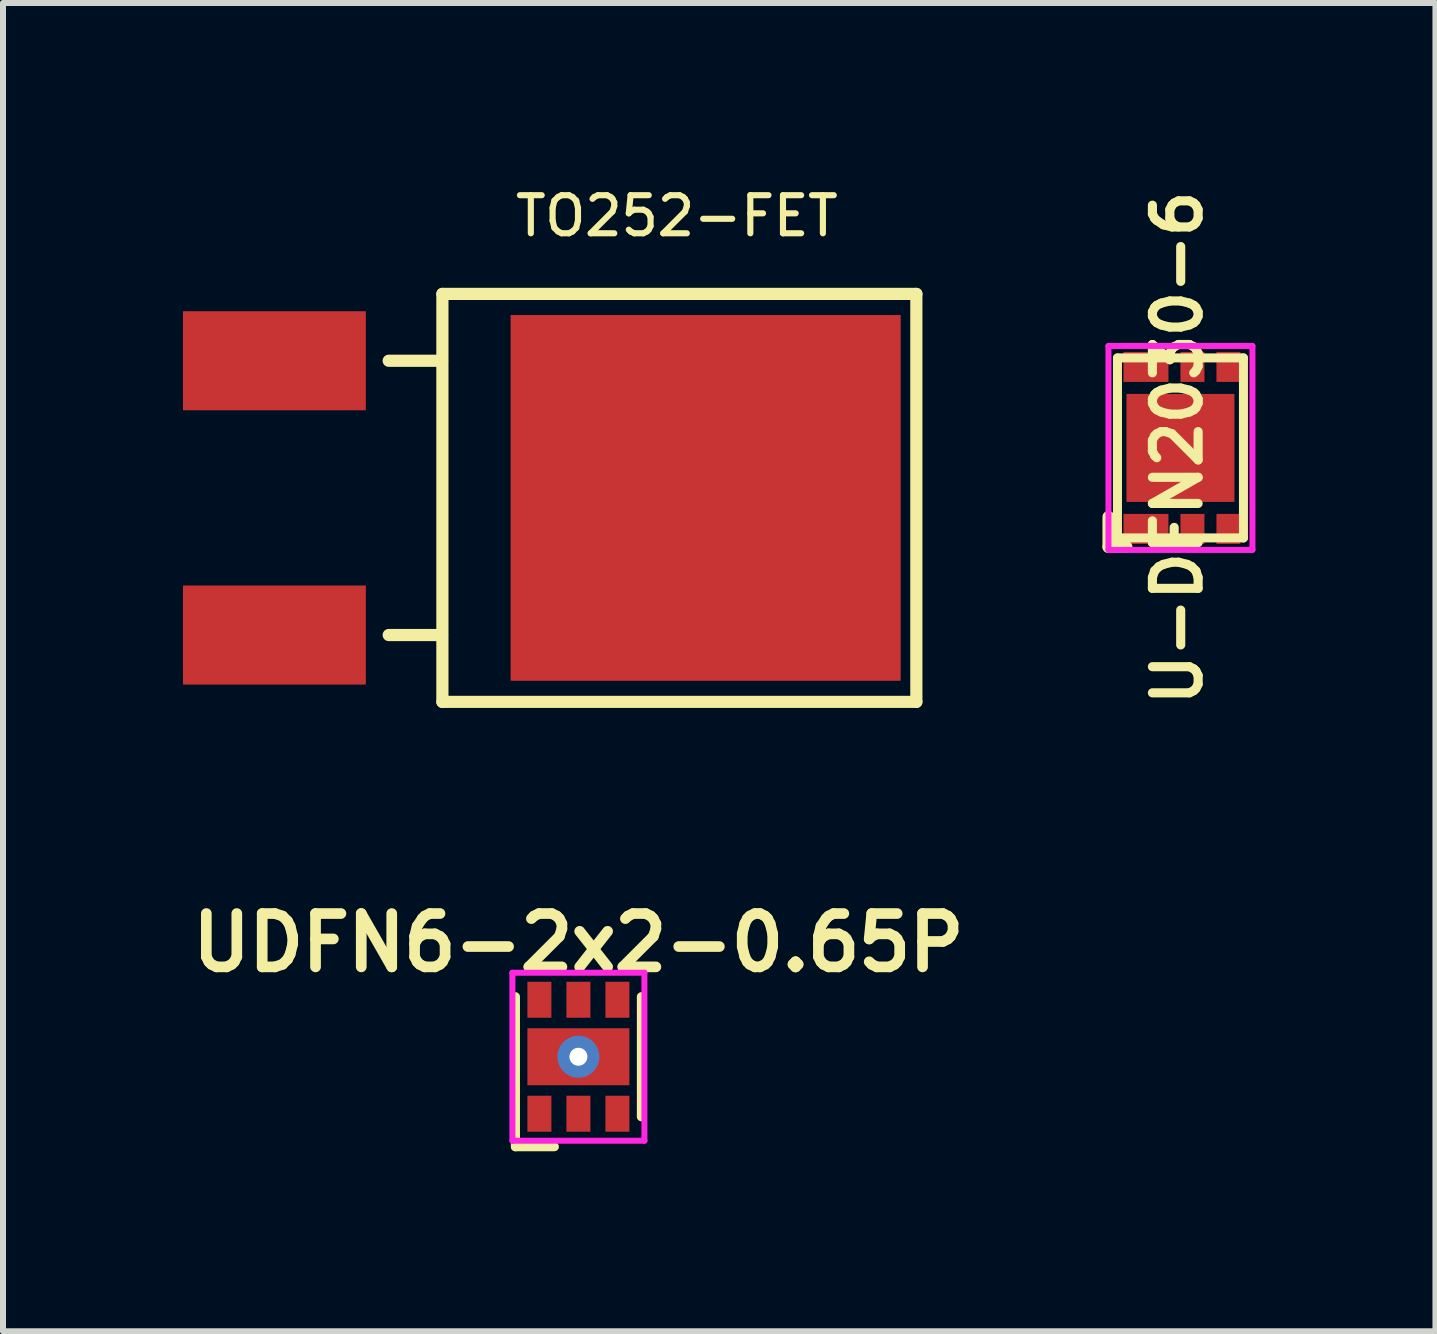
<source format=kicad_pcb>
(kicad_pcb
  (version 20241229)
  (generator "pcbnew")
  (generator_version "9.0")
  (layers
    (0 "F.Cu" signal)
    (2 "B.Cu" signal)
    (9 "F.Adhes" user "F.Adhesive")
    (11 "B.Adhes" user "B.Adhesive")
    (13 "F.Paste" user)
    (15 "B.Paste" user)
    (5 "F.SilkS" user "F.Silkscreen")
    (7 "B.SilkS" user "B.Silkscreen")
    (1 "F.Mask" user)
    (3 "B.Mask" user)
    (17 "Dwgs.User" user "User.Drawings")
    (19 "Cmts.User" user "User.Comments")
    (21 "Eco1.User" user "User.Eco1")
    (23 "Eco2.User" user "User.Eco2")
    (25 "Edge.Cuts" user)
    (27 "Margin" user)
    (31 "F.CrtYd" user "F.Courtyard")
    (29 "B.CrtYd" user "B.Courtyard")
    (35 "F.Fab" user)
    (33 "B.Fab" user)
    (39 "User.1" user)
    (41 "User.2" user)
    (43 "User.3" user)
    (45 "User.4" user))
  (footprint "TO252-FET"
    (layer "F.Cu")
    (at 4.524 5.249)
    (property "Reference" "TO252-FET" (at 3.708 -4.699 0) (layer "F.SilkS") (effects (font (size 0.635 0.635) (thickness 0.102))))
    (attr smd)
    (fp_line (start -0.206 -2.286) (end -1.095 -2.286) (stroke (width 0.203) (type solid)) (layer "F.SilkS"))
    (fp_line (start -0.206 2.286) (end -1.095 2.286) (stroke (width 0.203) (type solid)) (layer "F.SilkS"))
    (fp_line (start -0.2 -3.4) (end -0.2 3.4) (stroke (width 0.203) (type solid)) (layer "F.SilkS"))
    (fp_line (start -0.2 3.4) (end 7.7 3.4) (stroke (width 0.203) (type solid)) (layer "F.SilkS"))
    (fp_line (start 7.7 -3.4) (end -0.2 -3.4) (stroke (width 0.203) (type solid)) (layer "F.SilkS"))
    (fp_line (start 7.7 3.4) (end 7.7 -3.4) (stroke (width 0.203) (type solid)) (layer "F.SilkS"))
    (pad "D" smd rect (at 4.188 0 270) (size 6.096 6.502) (layers "F.Cu" "F.Mask" "F.Paste"))
    (pad "G" smd rect (at -3 -2.286 270) (size 1.651 3.048) (layers "F.Cu" "F.Mask" "F.Paste"))
    (pad "S" smd rect (at -3 2.286 270) (size 1.651 3.048) (layers "F.Cu" "F.Mask" "F.Paste")))
  (footprint "U-DFN2030-6"
    (layer "F.Cu")
    (at 16.626 4.416)
    (property "Reference" "U-DFN2030-6" (at -0.05 0 90) (layer "F.SilkS") (effects (font (size 0.762 0.762) (thickness 0.152))))
    (attr through_hole)
    (fp_line (start -1.2 1.15) (end -1.2 1.65) (stroke (width 0.2) (type solid)) (layer "F.SilkS"))
    (fp_line (start -1.2 1.65) (end -0.9 1.65) (stroke (width 0.2) (type solid)) (layer "F.SilkS"))
    (fp_line (start -1.05 -1.5) (end -1.05 1.5) (stroke (width 0.15) (type solid)) (layer "F.SilkS"))
    (fp_line (start -1.05 -1.5) (end 1.05 -1.5) (stroke (width 0.15) (type solid)) (layer "F.SilkS"))
    (fp_line (start 1.05 -1.5) (end 1.05 1.5) (stroke (width 0.15) (type solid)) (layer "F.SilkS"))
    (fp_line (start 1.05 1.5) (end -1.05 1.5) (stroke (width 0.15) (type solid)) (layer "F.SilkS"))
    (fp_line (start -1.2 -1.7) (end 1.2 -1.7) (stroke (width 0.1) (type solid)) (layer "F.CrtYd"))
    (fp_line (start -1.2 1.7) (end -1.2 -1.7) (stroke (width 0.1) (type solid)) (layer "F.CrtYd"))
    (fp_line (start 1.2 -1.7) (end 1.2 1.7) (stroke (width 0.1) (type solid)) (layer "F.CrtYd"))
    (fp_line (start 1.2 1.7) (end -1.2 1.7) (stroke (width 0.1) (type solid)) (layer "F.CrtYd"))
    (pad "" smd circle (at -0.6 -0.6) (size 0.559 0.559) (layers "F.Paste"))
    (pad "" smd circle (at -0.6 0.6) (size 0.559 0.559) (layers "F.Paste"))
    (pad "" smd oval (at 0 0) (size 1 0.559) (layers "F.Paste"))
    (pad "" smd circle (at 0.6 -0.6) (size 0.559 0.559) (layers "F.Paste"))
    (pad "" smd circle (at 0.6 0.6) (size 0.559 0.559) (layers "F.Paste"))
    (pad "1" smd rect (at -0.575 1.35) (size 0.75 0.5) (layers "F.Cu" "F.Mask" "F.Paste"))
    (pad "2" smd rect (at 0.2 1.35) (size 0.4 0.5) (layers "F.Cu" "F.Mask" "F.Paste"))
    (pad "3" smd rect (at 0.8 1.35) (size 0.4 0.5) (layers "F.Cu" "F.Mask" "F.Paste"))
    (pad "4" smd rect (at 0.8 -1.35) (size 0.4 0.5) (layers "F.Cu" "F.Mask" "F.Paste"))
    (pad "5" smd rect (at 0.2 -1.35) (size 0.4 0.5) (layers "F.Cu" "F.Mask" "F.Paste"))
    (pad "6" smd rect (at -0.575 -1.35) (size 0.75 0.5) (layers "F.Cu" "F.Mask" "F.Paste"))
    (pad "7" smd rect (at 0 0) (size 1.8 1.8) (layers "F.Cu" "F.Mask")))
  (footprint "UDFN6-2x2-0.65P"
    (layer "F.Cu")
    (at 6.591 14.564)
    (property "Reference" "UDFN6-2x2-0.65P" (at 0 -1.9 0) (layer "F.SilkS") (effects (font (size 0.889 0.889) (thickness 0.178))))
    (attr smd)
    (fp_line (start -1.05 -1) (end -1.05 1.5) (stroke (width 0.152) (type solid)) (layer "F.SilkS"))
    (fp_line (start -0.4 1.5) (end -1.05 1.5) (stroke (width 0.15) (type solid)) (layer "F.SilkS"))
    (fp_line (start 1.05 1) (end 1.05 -1) (stroke (width 0.152) (type solid)) (layer "F.SilkS"))
    (fp_line (start -1.1 -1.4) (end 1.1 -1.4) (stroke (width 0.1) (type solid)) (layer "F.CrtYd"))
    (fp_line (start -1.1 1.4) (end -1.1 -1.4) (stroke (width 0.1) (type solid)) (layer "F.CrtYd"))
    (fp_line (start 1.1 -1.4) (end 1.1 1.4) (stroke (width 0.1) (type solid)) (layer "F.CrtYd"))
    (fp_line (start 1.1 1.4) (end -1.1 1.4) (stroke (width 0.1) (type solid)) (layer "F.CrtYd"))
    (pad "" smd rect (at -0.4 -0.23 270) (size 0.3 0.5) (layers "F.Paste"))
    (pad "" smd rect (at -0.4 0.23 270) (size 0.3 0.5) (layers "F.Paste"))
    (pad "" smd rect (at 0.4 -0.23 270) (size 0.3 0.5) (layers "F.Paste"))
    (pad "" smd rect (at 0.4 0.23 270) (size 0.3 0.5) (layers "F.Paste"))
    (pad "1" smd rect (at -0.65 0.95) (size 0.4 0.6) (layers "F.Cu" "F.Mask" "F.Paste"))
    (pad "2" smd rect (at 0 0.95) (size 0.4 0.6) (layers "F.Cu" "F.Mask" "F.Paste"))
    (pad "3" smd rect (at 0.65 0.95) (size 0.4 0.6) (layers "F.Cu" "F.Mask" "F.Paste"))
    (pad "4" smd rect (at 0.65 -0.95) (size 0.4 0.6) (layers "F.Cu" "F.Mask" "F.Paste"))
    (pad "5" smd rect (at 0 -0.95) (size 0.4 0.6) (layers "F.Cu" "F.Mask" "F.Paste"))
    (pad "6" smd rect (at -0.65 -0.95) (size 0.4 0.6) (layers "F.Cu" "F.Mask" "F.Paste"))
    (pad "EP" thru_hole circle (at 0 0) (size 0.7 0.7) (drill 0.3) (layers "*.Cu" "*.Mask"))
    (pad "EP" smd rect (at 0 0 270) (size 0.95 1.7) (layers "F.Cu" "F.Mask")))
  (gr_rect
    (start -3 -3)
    (end 20.876 19.14)
    (stroke (width 0.1) (type default))
    (fill no)
    (layer "Edge.Cuts")))
</source>
